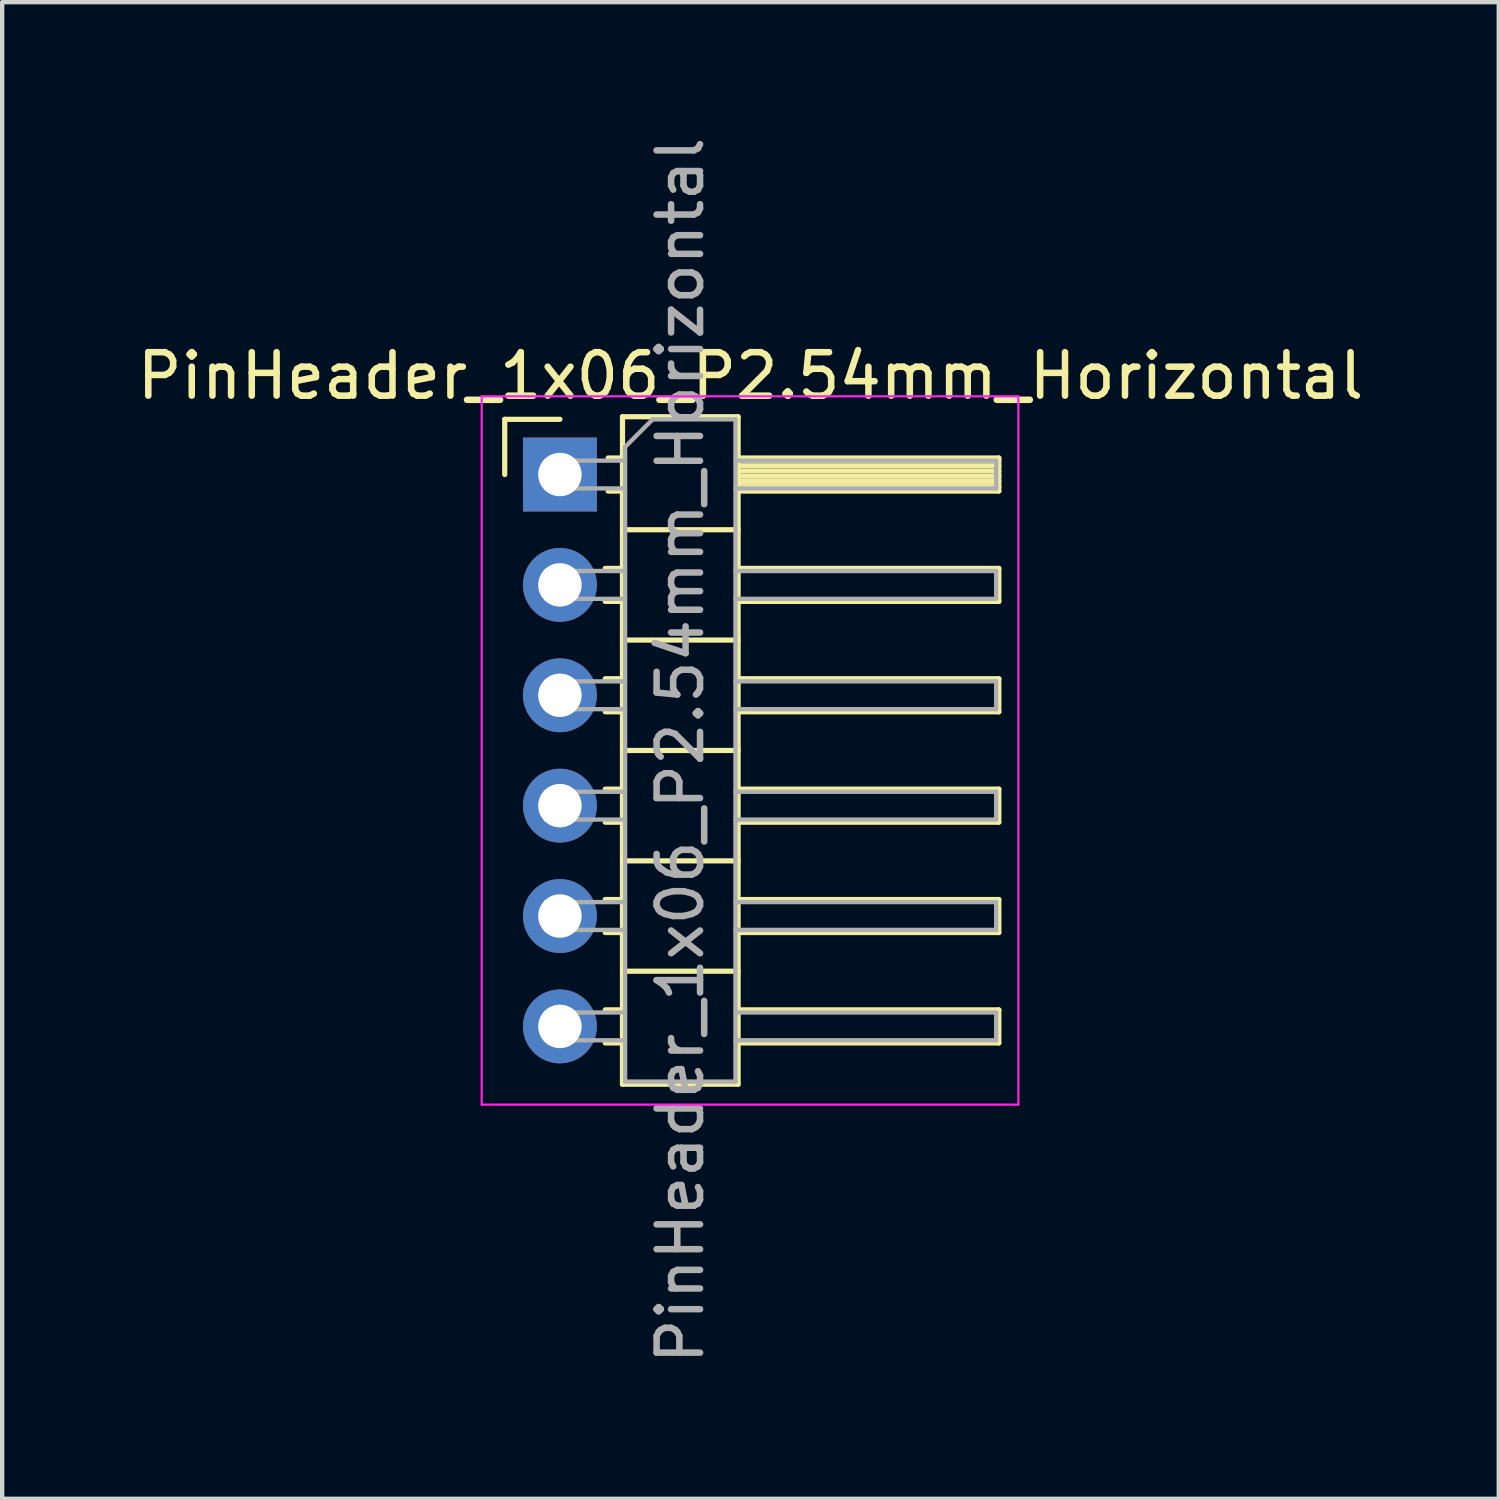
<source format=kicad_pcb>
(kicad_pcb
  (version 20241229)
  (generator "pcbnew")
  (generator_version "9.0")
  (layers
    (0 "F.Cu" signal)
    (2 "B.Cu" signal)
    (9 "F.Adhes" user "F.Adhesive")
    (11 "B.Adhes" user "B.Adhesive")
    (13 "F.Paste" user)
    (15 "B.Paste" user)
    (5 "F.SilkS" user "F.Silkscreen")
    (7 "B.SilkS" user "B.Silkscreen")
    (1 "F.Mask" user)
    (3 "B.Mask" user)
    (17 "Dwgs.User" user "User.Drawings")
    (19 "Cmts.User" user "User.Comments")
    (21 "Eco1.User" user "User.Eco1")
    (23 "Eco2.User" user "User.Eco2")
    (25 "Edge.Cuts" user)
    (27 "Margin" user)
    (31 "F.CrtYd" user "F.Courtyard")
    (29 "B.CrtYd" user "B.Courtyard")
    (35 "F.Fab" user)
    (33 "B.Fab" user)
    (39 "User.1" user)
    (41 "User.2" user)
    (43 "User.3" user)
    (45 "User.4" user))
  (footprint "PinHeader_1x06_P2.54mm_Horizontal"
    (layer "F.Cu")
    (at 9.835 7.87)
    (property "Reference" "PinHeader_1x06_P2.54mm_Horizontal" (at 4.385 -2.27 0) (layer "F.SilkS") (effects (font (size 1 1) (thickness 0.15))))
    (attr through_hole)
    (fp_line (start -1.27 -1.27) (end 0 -1.27) (stroke (width 0.12) (type solid)) (layer "F.SilkS"))
    (fp_line (start -1.27 0) (end -1.27 -1.27) (stroke (width 0.12) (type solid)) (layer "F.SilkS"))
    (fp_line (start 1.043 2.16) (end 1.44 2.16) (stroke (width 0.12) (type solid)) (layer "F.SilkS"))
    (fp_line (start 1.043 2.92) (end 1.44 2.92) (stroke (width 0.12) (type solid)) (layer "F.SilkS"))
    (fp_line (start 1.043 4.7) (end 1.44 4.7) (stroke (width 0.12) (type solid)) (layer "F.SilkS"))
    (fp_line (start 1.043 5.46) (end 1.44 5.46) (stroke (width 0.12) (type solid)) (layer "F.SilkS"))
    (fp_line (start 1.043 7.24) (end 1.44 7.24) (stroke (width 0.12) (type solid)) (layer "F.SilkS"))
    (fp_line (start 1.043 8) (end 1.44 8) (stroke (width 0.12) (type solid)) (layer "F.SilkS"))
    (fp_line (start 1.043 9.78) (end 1.44 9.78) (stroke (width 0.12) (type solid)) (layer "F.SilkS"))
    (fp_line (start 1.043 10.54) (end 1.44 10.54) (stroke (width 0.12) (type solid)) (layer "F.SilkS"))
    (fp_line (start 1.043 12.32) (end 1.44 12.32) (stroke (width 0.12) (type solid)) (layer "F.SilkS"))
    (fp_line (start 1.043 13.08) (end 1.44 13.08) (stroke (width 0.12) (type solid)) (layer "F.SilkS"))
    (fp_line (start 1.11 -0.38) (end 1.44 -0.38) (stroke (width 0.12) (type solid)) (layer "F.SilkS"))
    (fp_line (start 1.11 0.38) (end 1.44 0.38) (stroke (width 0.12) (type solid)) (layer "F.SilkS"))
    (fp_line (start 1.44 -1.33) (end 1.44 14.03) (stroke (width 0.12) (type solid)) (layer "F.SilkS"))
    (fp_line (start 1.44 1.27) (end 4.1 1.27) (stroke (width 0.12) (type solid)) (layer "F.SilkS"))
    (fp_line (start 1.44 3.81) (end 4.1 3.81) (stroke (width 0.12) (type solid)) (layer "F.SilkS"))
    (fp_line (start 1.44 6.35) (end 4.1 6.35) (stroke (width 0.12) (type solid)) (layer "F.SilkS"))
    (fp_line (start 1.44 8.89) (end 4.1 8.89) (stroke (width 0.12) (type solid)) (layer "F.SilkS"))
    (fp_line (start 1.44 11.43) (end 4.1 11.43) (stroke (width 0.12) (type solid)) (layer "F.SilkS"))
    (fp_line (start 1.44 14.03) (end 4.1 14.03) (stroke (width 0.12) (type solid)) (layer "F.SilkS"))
    (fp_line (start 4.1 -1.33) (end 1.44 -1.33) (stroke (width 0.12) (type solid)) (layer "F.SilkS"))
    (fp_line (start 4.1 -0.38) (end 10.1 -0.38) (stroke (width 0.12) (type solid)) (layer "F.SilkS"))
    (fp_line (start 4.1 -0.32) (end 10.1 -0.32) (stroke (width 0.12) (type solid)) (layer "F.SilkS"))
    (fp_line (start 4.1 -0.2) (end 10.1 -0.2) (stroke (width 0.12) (type solid)) (layer "F.SilkS"))
    (fp_line (start 4.1 -0.08) (end 10.1 -0.08) (stroke (width 0.12) (type solid)) (layer "F.SilkS"))
    (fp_line (start 4.1 0.04) (end 10.1 0.04) (stroke (width 0.12) (type solid)) (layer "F.SilkS"))
    (fp_line (start 4.1 0.16) (end 10.1 0.16) (stroke (width 0.12) (type solid)) (layer "F.SilkS"))
    (fp_line (start 4.1 0.28) (end 10.1 0.28) (stroke (width 0.12) (type solid)) (layer "F.SilkS"))
    (fp_line (start 4.1 2.16) (end 10.1 2.16) (stroke (width 0.12) (type solid)) (layer "F.SilkS"))
    (fp_line (start 4.1 4.7) (end 10.1 4.7) (stroke (width 0.12) (type solid)) (layer "F.SilkS"))
    (fp_line (start 4.1 7.24) (end 10.1 7.24) (stroke (width 0.12) (type solid)) (layer "F.SilkS"))
    (fp_line (start 4.1 9.78) (end 10.1 9.78) (stroke (width 0.12) (type solid)) (layer "F.SilkS"))
    (fp_line (start 4.1 12.32) (end 10.1 12.32) (stroke (width 0.12) (type solid)) (layer "F.SilkS"))
    (fp_line (start 4.1 14.03) (end 4.1 -1.33) (stroke (width 0.12) (type solid)) (layer "F.SilkS"))
    (fp_line (start 10.1 -0.38) (end 10.1 0.38) (stroke (width 0.12) (type solid)) (layer "F.SilkS"))
    (fp_line (start 10.1 0.38) (end 4.1 0.38) (stroke (width 0.12) (type solid)) (layer "F.SilkS"))
    (fp_line (start 10.1 2.16) (end 10.1 2.92) (stroke (width 0.12) (type solid)) (layer "F.SilkS"))
    (fp_line (start 10.1 2.92) (end 4.1 2.92) (stroke (width 0.12) (type solid)) (layer "F.SilkS"))
    (fp_line (start 10.1 4.7) (end 10.1 5.46) (stroke (width 0.12) (type solid)) (layer "F.SilkS"))
    (fp_line (start 10.1 5.46) (end 4.1 5.46) (stroke (width 0.12) (type solid)) (layer "F.SilkS"))
    (fp_line (start 10.1 7.24) (end 10.1 8) (stroke (width 0.12) (type solid)) (layer "F.SilkS"))
    (fp_line (start 10.1 8) (end 4.1 8) (stroke (width 0.12) (type solid)) (layer "F.SilkS"))
    (fp_line (start 10.1 9.78) (end 10.1 10.54) (stroke (width 0.12) (type solid)) (layer "F.SilkS"))
    (fp_line (start 10.1 10.54) (end 4.1 10.54) (stroke (width 0.12) (type solid)) (layer "F.SilkS"))
    (fp_line (start 10.1 12.32) (end 10.1 13.08) (stroke (width 0.12) (type solid)) (layer "F.SilkS"))
    (fp_line (start 10.1 13.08) (end 4.1 13.08) (stroke (width 0.12) (type solid)) (layer "F.SilkS"))
    (fp_line (start -1.8 -1.8) (end -1.8 14.5) (stroke (width 0.05) (type solid)) (layer "F.CrtYd"))
    (fp_line (start -1.8 14.5) (end 10.55 14.5) (stroke (width 0.05) (type solid)) (layer "F.CrtYd"))
    (fp_line (start 10.55 -1.8) (end -1.8 -1.8) (stroke (width 0.05) (type solid)) (layer "F.CrtYd"))
    (fp_line (start 10.55 14.5) (end 10.55 -1.8) (stroke (width 0.05) (type solid)) (layer "F.CrtYd"))
    (fp_line (start -0.32 -0.32) (end -0.32 0.32) (stroke (width 0.1) (type solid)) (layer "F.Fab"))
    (fp_line (start -0.32 -0.32) (end 1.5 -0.32) (stroke (width 0.1) (type solid)) (layer "F.Fab"))
    (fp_line (start -0.32 0.32) (end 1.5 0.32) (stroke (width 0.1) (type solid)) (layer "F.Fab"))
    (fp_line (start -0.32 2.22) (end -0.32 2.86) (stroke (width 0.1) (type solid)) (layer "F.Fab"))
    (fp_line (start -0.32 2.22) (end 1.5 2.22) (stroke (width 0.1) (type solid)) (layer "F.Fab"))
    (fp_line (start -0.32 2.86) (end 1.5 2.86) (stroke (width 0.1) (type solid)) (layer "F.Fab"))
    (fp_line (start -0.32 4.76) (end -0.32 5.4) (stroke (width 0.1) (type solid)) (layer "F.Fab"))
    (fp_line (start -0.32 4.76) (end 1.5 4.76) (stroke (width 0.1) (type solid)) (layer "F.Fab"))
    (fp_line (start -0.32 5.4) (end 1.5 5.4) (stroke (width 0.1) (type solid)) (layer "F.Fab"))
    (fp_line (start -0.32 7.3) (end -0.32 7.94) (stroke (width 0.1) (type solid)) (layer "F.Fab"))
    (fp_line (start -0.32 7.3) (end 1.5 7.3) (stroke (width 0.1) (type solid)) (layer "F.Fab"))
    (fp_line (start -0.32 7.94) (end 1.5 7.94) (stroke (width 0.1) (type solid)) (layer "F.Fab"))
    (fp_line (start -0.32 9.84) (end -0.32 10.48) (stroke (width 0.1) (type solid)) (layer "F.Fab"))
    (fp_line (start -0.32 9.84) (end 1.5 9.84) (stroke (width 0.1) (type solid)) (layer "F.Fab"))
    (fp_line (start -0.32 10.48) (end 1.5 10.48) (stroke (width 0.1) (type solid)) (layer "F.Fab"))
    (fp_line (start -0.32 12.38) (end -0.32 13.02) (stroke (width 0.1) (type solid)) (layer "F.Fab"))
    (fp_line (start -0.32 12.38) (end 1.5 12.38) (stroke (width 0.1) (type solid)) (layer "F.Fab"))
    (fp_line (start -0.32 13.02) (end 1.5 13.02) (stroke (width 0.1) (type solid)) (layer "F.Fab"))
    (fp_line (start 1.5 -0.635) (end 2.135 -1.27) (stroke (width 0.1) (type solid)) (layer "F.Fab"))
    (fp_line (start 1.5 13.97) (end 1.5 -0.635) (stroke (width 0.1) (type solid)) (layer "F.Fab"))
    (fp_line (start 2.135 -1.27) (end 4.04 -1.27) (stroke (width 0.1) (type solid)) (layer "F.Fab"))
    (fp_line (start 4.04 -1.27) (end 4.04 13.97) (stroke (width 0.1) (type solid)) (layer "F.Fab"))
    (fp_line (start 4.04 -0.32) (end 10.04 -0.32) (stroke (width 0.1) (type solid)) (layer "F.Fab"))
    (fp_line (start 4.04 0.32) (end 10.04 0.32) (stroke (width 0.1) (type solid)) (layer "F.Fab"))
    (fp_line (start 4.04 2.22) (end 10.04 2.22) (stroke (width 0.1) (type solid)) (layer "F.Fab"))
    (fp_line (start 4.04 2.86) (end 10.04 2.86) (stroke (width 0.1) (type solid)) (layer "F.Fab"))
    (fp_line (start 4.04 4.76) (end 10.04 4.76) (stroke (width 0.1) (type solid)) (layer "F.Fab"))
    (fp_line (start 4.04 5.4) (end 10.04 5.4) (stroke (width 0.1) (type solid)) (layer "F.Fab"))
    (fp_line (start 4.04 7.3) (end 10.04 7.3) (stroke (width 0.1) (type solid)) (layer "F.Fab"))
    (fp_line (start 4.04 7.94) (end 10.04 7.94) (stroke (width 0.1) (type solid)) (layer "F.Fab"))
    (fp_line (start 4.04 9.84) (end 10.04 9.84) (stroke (width 0.1) (type solid)) (layer "F.Fab"))
    (fp_line (start 4.04 10.48) (end 10.04 10.48) (stroke (width 0.1) (type solid)) (layer "F.Fab"))
    (fp_line (start 4.04 12.38) (end 10.04 12.38) (stroke (width 0.1) (type solid)) (layer "F.Fab"))
    (fp_line (start 4.04 13.02) (end 10.04 13.02) (stroke (width 0.1) (type solid)) (layer "F.Fab"))
    (fp_line (start 4.04 13.97) (end 1.5 13.97) (stroke (width 0.1) (type solid)) (layer "F.Fab"))
    (fp_line (start 10.04 -0.32) (end 10.04 0.32) (stroke (width 0.1) (type solid)) (layer "F.Fab"))
    (fp_line (start 10.04 2.22) (end 10.04 2.86) (stroke (width 0.1) (type solid)) (layer "F.Fab"))
    (fp_line (start 10.04 4.76) (end 10.04 5.4) (stroke (width 0.1) (type solid)) (layer "F.Fab"))
    (fp_line (start 10.04 7.3) (end 10.04 7.94) (stroke (width 0.1) (type solid)) (layer "F.Fab"))
    (fp_line (start 10.04 9.84) (end 10.04 10.48) (stroke (width 0.1) (type solid)) (layer "F.Fab"))
    (fp_line (start 10.04 12.38) (end 10.04 13.02) (stroke (width 0.1) (type solid)) (layer "F.Fab"))
    (fp_text user "${REFERENCE}" (at 2.77 6.35 90) (layer "F.Fab") (effects (font (size 1 1) (thickness 0.15))))
    (pad "1" thru_hole rect (at 0 0) (size 1.7 1.7) (drill 1) (layers "*.Cu" "*.Mask"))
    (pad "2" thru_hole oval (at 0 2.54) (size 1.7 1.7) (drill 1) (layers "*.Cu" "*.Mask"))
    (pad "3" thru_hole oval (at 0 5.08) (size 1.7 1.7) (drill 1) (layers "*.Cu" "*.Mask"))
    (pad "4" thru_hole oval (at 0 7.62) (size 1.7 1.7) (drill 1) (layers "*.Cu" "*.Mask"))
    (pad "5" thru_hole oval (at 0 10.16) (size 1.7 1.7) (drill 1) (layers "*.Cu" "*.Mask"))
    (pad "6" thru_hole oval (at 0 12.7) (size 1.7 1.7) (drill 1) (layers "*.Cu" "*.Mask")))
  (gr_rect
    (start -3 -3)
    (end 31.44 31.44)
    (stroke (width 0.1) (type default))
    (fill no)
    (layer "Edge.Cuts")))
</source>
